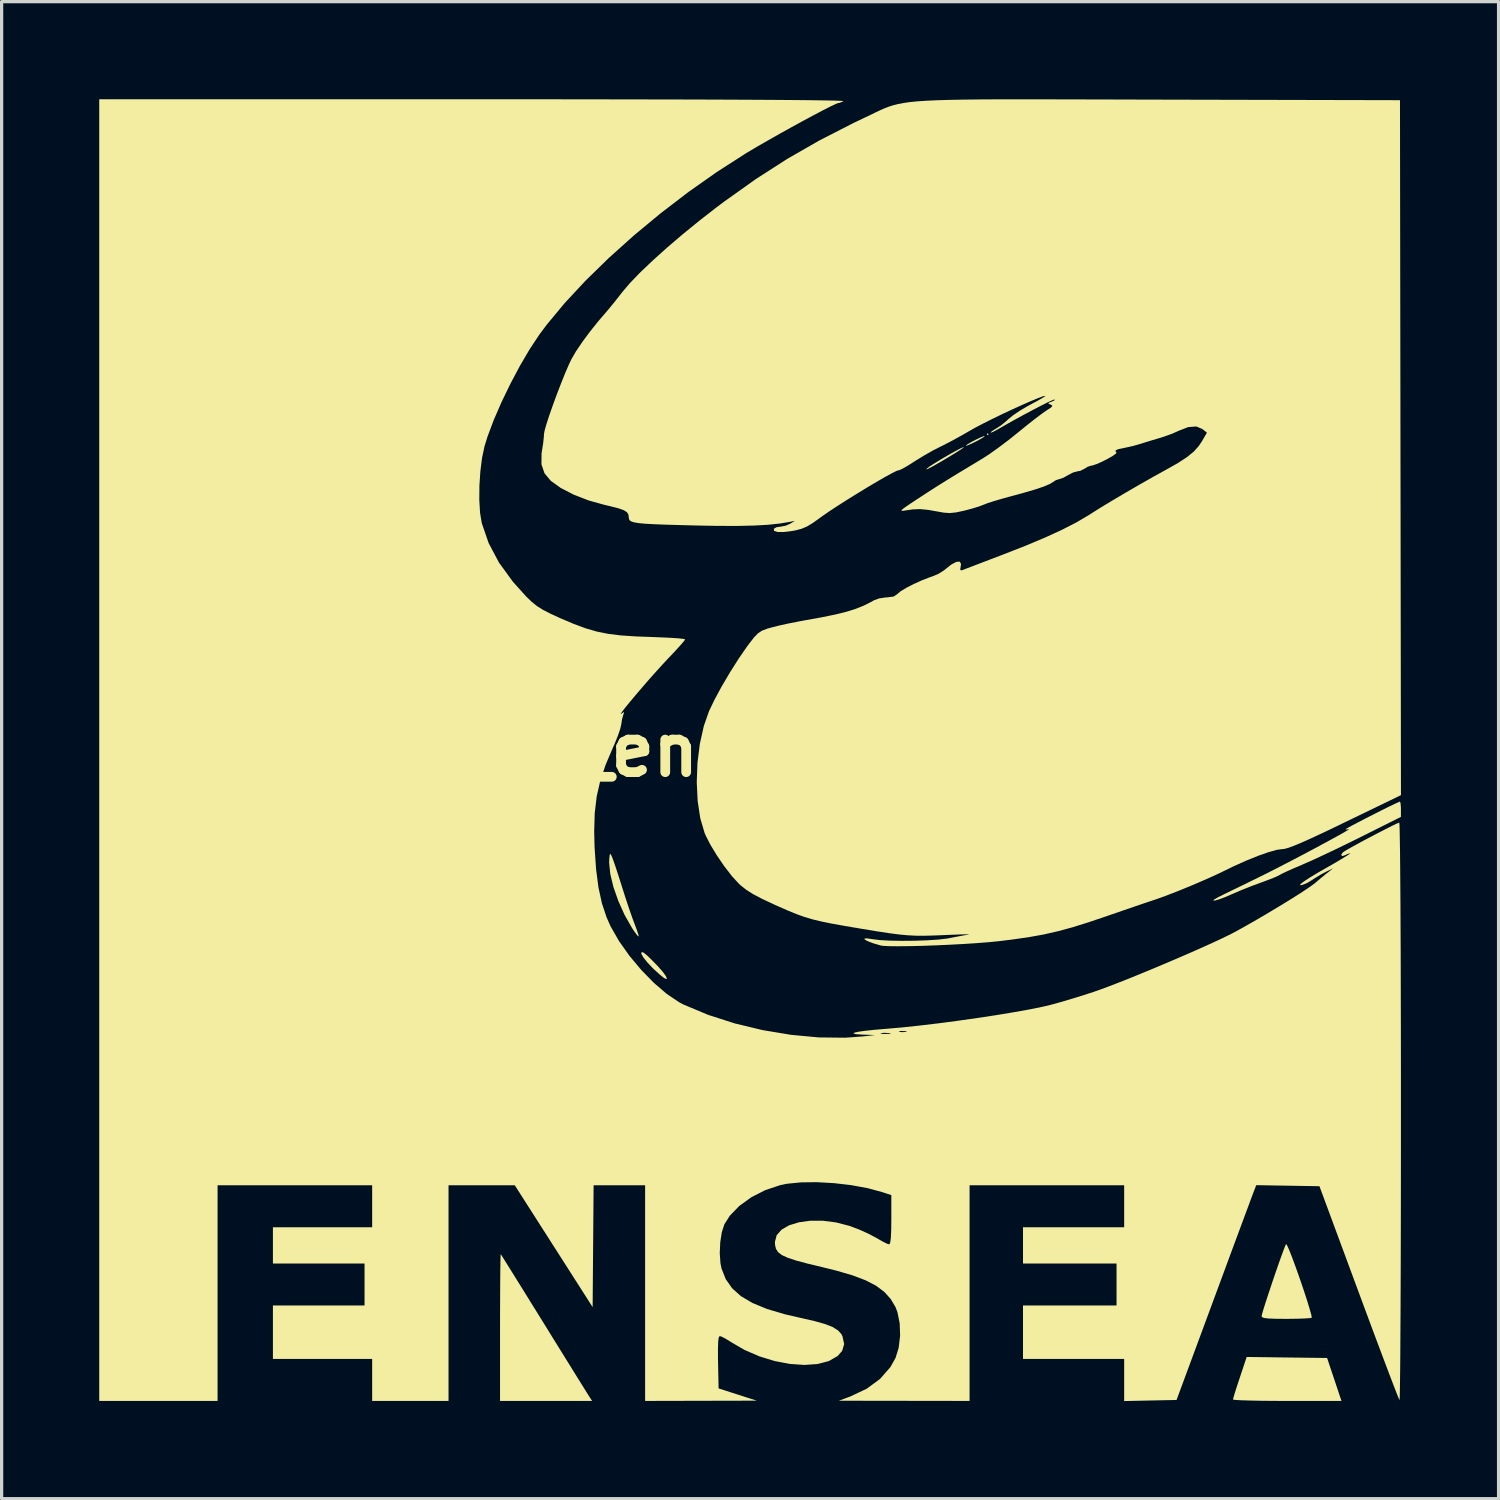
<source format=kicad_pcb>
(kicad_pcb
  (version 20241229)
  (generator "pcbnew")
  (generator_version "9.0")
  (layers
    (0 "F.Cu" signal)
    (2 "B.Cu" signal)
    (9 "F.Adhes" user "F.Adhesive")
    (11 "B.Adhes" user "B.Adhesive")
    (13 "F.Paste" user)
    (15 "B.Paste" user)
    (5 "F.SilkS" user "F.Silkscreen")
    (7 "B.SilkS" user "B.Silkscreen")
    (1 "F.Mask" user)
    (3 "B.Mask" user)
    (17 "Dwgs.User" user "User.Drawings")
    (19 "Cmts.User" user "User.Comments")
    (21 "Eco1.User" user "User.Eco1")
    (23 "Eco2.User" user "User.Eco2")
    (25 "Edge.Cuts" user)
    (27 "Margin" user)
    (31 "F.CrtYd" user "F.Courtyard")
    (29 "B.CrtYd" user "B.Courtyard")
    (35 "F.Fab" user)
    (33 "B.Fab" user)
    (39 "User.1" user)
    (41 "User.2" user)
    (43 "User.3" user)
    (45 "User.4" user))
  (footprint "logo_ensea_40mm"
    (layer "F.Cu")
    (at 20.003 20.003)
    (property "Reference" "logo_ensea_40mm" (at 0 0 0) (layer "F.SilkS") (effects (font (size 1.5 1.5) (thickness 0.3))))
    (attr board_only exclude_from_pos_files exclude_from_bom)
    (fp_poly (pts (xy 7.333 -9.708) (xy 7.303 -9.679) (xy 7.274 -9.708) (xy 7.303 -9.738)) (stroke (width 0) (type solid)) (fill yes) (layer "F.SilkS"))
    (fp_poly (pts (xy 7.167 -9.611) (xy 7.044 -9.538) (xy 6.922 -9.474) (xy 6.763 -9.398) (xy 6.657 -9.356) (xy 6.629 -9.354) (xy 6.676 -9.395) (xy 6.8 -9.468) (xy 6.922 -9.532) (xy 7.081 -9.608) (xy 7.187 -9.65) (xy 7.215 -9.652)) (stroke (width 0) (type solid)) (fill yes) (layer "F.SilkS"))
    (fp_poly (pts (xy -3.263 6.231) (xy -3.143 6.332) (xy -3.046 6.426) (xy -2.835 6.641) (xy -2.678 6.821) (xy -2.583 6.955) (xy -2.559 7.029) (xy -2.579 7.039) (xy -2.649 7.001) (xy -2.777 6.898) (xy -2.939 6.752) (xy -2.994 6.699) (xy -3.156 6.528) (xy -3.278 6.375) (xy -3.34 6.266) (xy -3.344 6.247) (xy -3.326 6.205)) (stroke (width 0) (type solid)) (fill yes) (layer "F.SilkS"))
    (fp_poly (pts (xy 16.498 18.668) (xy 17.734 18.683) (xy 17.955 19.343) (xy 18.176 20.003) (xy 16.509 20.003) (xy 16.08 20.002) (xy 15.692 19.998) (xy 15.36 19.991) (xy 15.098 19.983) (xy 14.921 19.973) (xy 14.843 19.962) (xy 14.841 19.959) (xy 14.859 19.889) (xy 14.906 19.732) (xy 14.976 19.512) (xy 15.052 19.284) (xy 15.262 18.652)) (stroke (width 0) (type solid)) (fill yes) (layer "F.SilkS"))
    (fp_poly (pts (xy 6.523 -9.27) (xy 6.398 -9.187) (xy 6.221 -9.077) (xy 6.016 -8.953) (xy 5.808 -8.831) (xy 5.623 -8.726) (xy 5.483 -8.652) (xy 5.416 -8.624) (xy 5.416 -8.624) (xy 5.433 -8.652) (xy 5.528 -8.724) (xy 5.636 -8.794) (xy 5.863 -8.933) (xy 6.09 -9.066) (xy 6.295 -9.182) (xy 6.457 -9.267) (xy 6.553 -9.31) (xy 6.57 -9.311)) (stroke (width 0) (type solid)) (fill yes) (layer "F.SilkS"))
    (fp_poly (pts (xy -4.257 3.254) (xy -4.243 3.285) (xy -4.202 3.393) (xy -4.134 3.589) (xy -4.05 3.846) (xy -3.956 4.14) (xy -3.93 4.224) (xy -3.827 4.547) (xy -3.722 4.863) (xy -3.626 5.139) (xy -3.551 5.341) (xy -3.543 5.363) (xy -3.474 5.545) (xy -3.431 5.678) (xy -3.424 5.732) (xy -3.464 5.699) (xy -3.546 5.591) (xy -3.626 5.472) (xy -3.855 5.07) (xy -4.048 4.641) (xy -4.199 4.212) (xy -4.296 3.81) (xy -4.332 3.461) (xy -4.328 3.348) (xy -4.313 3.214) (xy -4.294 3.186)) (stroke (width 0) (type solid)) (fill yes) (layer "F.SilkS"))
    (fp_poly (pts (xy -7.629 15.545) (xy -7.539 15.688) (xy -7.401 15.909) (xy -7.22 16.2) (xy -7.003 16.548) (xy -6.758 16.944) (xy -6.489 17.377) (xy -6.334 17.627) (xy -6.053 18.082) (xy -5.788 18.509) (xy -5.547 18.897) (xy -5.337 19.236) (xy -5.164 19.514) (xy -5.035 19.721) (xy -4.958 19.844) (xy -4.941 19.871) (xy -4.855 20.003) (xy -6.27 20.003) (xy -7.685 20.003) (xy -7.685 17.735) (xy -7.684 17.233) (xy -7.682 16.771) (xy -7.68 16.362) (xy -7.677 16.016) (xy -7.673 15.748) (xy -7.669 15.57) (xy -7.664 15.493) (xy -7.663 15.491)) (stroke (width 0) (type solid)) (fill yes) (layer "F.SilkS"))
    (fp_poly (pts (xy 16.504 15.221) (xy 16.565 15.356) (xy 16.651 15.572) (xy 16.755 15.852) (xy 16.872 16.18) (xy 16.905 16.275) (xy 17.022 16.619) (xy 17.121 16.924) (xy 17.197 17.174) (xy 17.247 17.351) (xy 17.263 17.44) (xy 17.262 17.446) (xy 17.193 17.459) (xy 17.03 17.47) (xy 16.797 17.477) (xy 16.516 17.481) (xy 16.474 17.481) (xy 16.155 17.478) (xy 15.936 17.47) (xy 15.802 17.454) (xy 15.736 17.429) (xy 15.721 17.399) (xy 15.739 17.318) (xy 15.789 17.15) (xy 15.864 16.915) (xy 15.956 16.635) (xy 16.058 16.33) (xy 16.163 16.023) (xy 16.263 15.735) (xy 16.352 15.487) (xy 16.422 15.299) (xy 16.466 15.195) (xy 16.474 15.181)) (stroke (width 0) (type solid)) (fill yes) (layer "F.SilkS"))
    (fp_poly (pts (xy 19.992 1.636) (xy 20.002 1.766) (xy 20.003 1.818) (xy 20.003 2.053) (xy 18.776 2.667) (xy 18.386 2.86) (xy 17.992 3.051) (xy 17.619 3.228) (xy 17.292 3.38) (xy 17.036 3.493) (xy 16.972 3.521) (xy 16.721 3.628) (xy 16.5 3.726) (xy 16.34 3.803) (xy 16.278 3.837) (xy 16.169 3.892) (xy 15.983 3.968) (xy 15.758 4.052) (xy 15.705 4.071) (xy 15.411 4.179) (xy 15.083 4.31) (xy 14.803 4.431) (xy 14.584 4.525) (xy 14.408 4.59) (xy 14.288 4.624) (xy 14.236 4.624) (xy 14.266 4.59) (xy 14.388 4.52) (xy 14.46 4.484) (xy 14.614 4.408) (xy 14.848 4.294) (xy 15.136 4.154) (xy 15.451 4) (xy 15.633 3.911) (xy 15.892 3.782) (xy 16.191 3.63) (xy 16.517 3.462) (xy 16.856 3.285) (xy 17.194 3.106) (xy 17.516 2.934) (xy 17.81 2.775) (xy 18.061 2.638) (xy 18.255 2.529) (xy 18.378 2.455) (xy 18.417 2.426) (xy 18.405 2.428) (xy 18.319 2.442) (xy 18.302 2.433) (xy 18.351 2.4) (xy 18.484 2.327) (xy 18.679 2.224) (xy 18.914 2.102) (xy 19.169 1.972) (xy 19.421 1.845) (xy 19.649 1.732) (xy 19.831 1.645) (xy 19.946 1.593) (xy 19.973 1.584)) (stroke (width 0) (type solid)) (fill yes) (layer "F.SilkS"))
    (fp_poly (pts (xy 9.011 -20) (xy 9.844 -19.998) (xy 10.775 -19.996) (xy 11.814 -19.993) (xy 12.583 -19.991) (xy 19.974 -19.974) (xy 19.989 -9.294) (xy 20.004 1.385) (xy 18.282 2.218) (xy 17.762 2.469) (xy 17.336 2.669) (xy 16.998 2.822) (xy 16.738 2.932) (xy 16.548 3.003) (xy 16.419 3.038) (xy 16.361 3.043) (xy 16.191 3.065) (xy 15.937 3.136) (xy 15.618 3.248) (xy 15.255 3.395) (xy 14.866 3.569) (xy 14.575 3.711) (xy 14.288 3.848) (xy 13.933 4.006) (xy 13.545 4.172) (xy 13.154 4.332) (xy 12.793 4.472) (xy 12.494 4.58) (xy 12.407 4.609) (xy 12.281 4.651) (xy 12.065 4.724) (xy 11.78 4.821) (xy 11.445 4.936) (xy 11.081 5.062) (xy 10.986 5.095) (xy 10.412 5.289) (xy 9.914 5.445) (xy 9.46 5.568) (xy 9.019 5.668) (xy 8.559 5.751) (xy 8.048 5.824) (xy 7.656 5.872) (xy 7.349 5.903) (xy 6.98 5.932) (xy 6.57 5.959) (xy 6.136 5.982) (xy 5.697 6.002) (xy 5.271 6.017) (xy 4.877 6.026) (xy 4.535 6.029) (xy 4.261 6.026) (xy 4.076 6.016) (xy 4.018 6.006) (xy 3.785 5.938) (xy 3.618 5.875) (xy 3.524 5.824) (xy 3.515 5.792) (xy 3.598 5.787) (xy 3.769 5.813) (xy 3.993 5.84) (xy 4.302 5.857) (xy 4.666 5.863) (xy 5.054 5.86) (xy 5.434 5.847) (xy 5.774 5.825) (xy 6.045 5.794) (xy 6.118 5.781) (xy 6.355 5.735) (xy 6.57 5.695) (xy 6.716 5.67) (xy 6.717 5.67) (xy 6.726 5.663) (xy 6.633 5.662) (xy 6.454 5.666) (xy 6.204 5.676) (xy 6.071 5.681) (xy 5.695 5.697) (xy 5.381 5.706) (xy 5.106 5.705) (xy 4.844 5.692) (xy 4.569 5.666) (xy 4.257 5.625) (xy 3.881 5.568) (xy 3.418 5.491) (xy 3.378 5.484) (xy 2.894 5.402) (xy 2.504 5.332) (xy 2.185 5.267) (xy 1.915 5.201) (xy 1.671 5.129) (xy 1.432 5.043) (xy 1.174 4.938) (xy 0.876 4.807) (xy 0.737 4.745) (xy 0.371 4.573) (xy 0.092 4.427) (xy -0.122 4.291) (xy -0.296 4.153) (xy -0.346 4.106) (xy -0.558 3.874) (xy -0.791 3.573) (xy -1.02 3.238) (xy -1.222 2.905) (xy -1.371 2.611) (xy -1.398 2.548) (xy -1.531 2.094) (xy -1.611 1.565) (xy -1.639 0.988) (xy -1.617 0.393) (xy -1.544 -0.191) (xy -1.422 -0.738) (xy -1.263 -1.194) (xy -1.093 -1.549) (xy -0.871 -1.96) (xy -0.615 -2.393) (xy -0.348 -2.814) (xy -0.09 -3.188) (xy -0.029 -3.269) (xy 0.123 -3.465) (xy 0.244 -3.59) (xy 0.365 -3.669) (xy 0.524 -3.73) (xy 0.645 -3.765) (xy 0.866 -3.821) (xy 1.158 -3.886) (xy 1.48 -3.95) (xy 1.701 -3.991) (xy 2.211 -4.083) (xy 2.624 -4.168) (xy 2.961 -4.251) (xy 3.241 -4.339) (xy 3.485 -4.436) (xy 3.713 -4.55) (xy 3.813 -4.606) (xy 3.968 -4.662) (xy 4.164 -4.691) (xy 4.206 -4.692) (xy 4.414 -4.719) (xy 4.528 -4.798) (xy 4.625 -4.88) (xy 4.802 -4.987) (xy 5.03 -5.104) (xy 5.28 -5.217) (xy 5.522 -5.311) (xy 5.602 -5.338) (xy 5.794 -5.419) (xy 5.961 -5.525) (xy 5.983 -5.543) (xy 6.18 -5.7) (xy 6.338 -5.784) (xy 6.443 -5.792) (xy 6.483 -5.722) (xy 6.474 -5.651) (xy 6.457 -5.543) (xy 6.494 -5.522) (xy 6.547 -5.539) (xy 6.634 -5.574) (xy 6.813 -5.642) (xy 7.063 -5.738) (xy 7.367 -5.854) (xy 7.705 -5.983) (xy 7.743 -5.997) (xy 8.456 -6.276) (xy 9.066 -6.532) (xy 9.585 -6.77) (xy 10.025 -6.995) (xy 10.395 -7.213) (xy 10.451 -7.248) (xy 10.743 -7.433) (xy 11.112 -7.657) (xy 11.528 -7.903) (xy 11.965 -8.157) (xy 12.395 -8.401) (xy 12.788 -8.618) (xy 13.154 -8.825) (xy 13.429 -9.005) (xy 13.635 -9.173) (xy 13.789 -9.344) (xy 13.887 -9.491) (xy 14.041 -9.755) (xy 13.901 -9.868) (xy 13.712 -9.946) (xy 13.464 -9.926) (xy 13.157 -9.807) (xy 13.14 -9.798) (xy 12.968 -9.722) (xy 12.741 -9.64) (xy 12.583 -9.59) (xy 12.347 -9.52) (xy 12.117 -9.449) (xy 11.996 -9.411) (xy 11.776 -9.348) (xy 11.549 -9.297) (xy 11.527 -9.293) (xy 11.327 -9.252) (xy 11.234 -9.212) (xy 11.237 -9.17) (xy 11.262 -9.152) (xy 11.244 -9.112) (xy 11.146 -9.041) (xy 10.997 -8.955) (xy 10.825 -8.867) (xy 10.658 -8.793) (xy 10.525 -8.748) (xy 10.476 -8.74) (xy 10.377 -8.708) (xy 10.291 -8.654) (xy 10.153 -8.584) (xy 10.06 -8.566) (xy 9.932 -8.533) (xy 9.779 -8.455) (xy 9.767 -8.447) (xy 9.626 -8.368) (xy 9.516 -8.331) (xy 9.508 -8.33) (xy 9.396 -8.294) (xy 9.332 -8.252) (xy 9.214 -8.179) (xy 9.02 -8.097) (xy 8.738 -8.003) (xy 8.358 -7.892) (xy 8.027 -7.803) (xy 7.743 -7.725) (xy 7.486 -7.649) (xy 7.285 -7.584) (xy 7.177 -7.541) (xy 7.037 -7.488) (xy 6.826 -7.423) (xy 6.589 -7.36) (xy 6.577 -7.357) (xy 6.327 -7.304) (xy 6.138 -7.285) (xy 5.956 -7.297) (xy 5.785 -7.327) (xy 5.471 -7.383) (xy 5.223 -7.406) (xy 4.996 -7.397) (xy 4.81 -7.37) (xy 4.705 -7.354) (xy 4.653 -7.355) (xy 4.662 -7.383) (xy 4.743 -7.448) (xy 4.903 -7.558) (xy 5.152 -7.723) (xy 5.162 -7.729) (xy 5.397 -7.883) (xy 5.617 -8.025) (xy 5.841 -8.167) (xy 6.091 -8.322) (xy 6.383 -8.501) (xy 6.739 -8.716) (xy 7.157 -8.968) (xy 7.373 -9.109) (xy 7.644 -9.303) (xy 7.938 -9.524) (xy 8.219 -9.749) (xy 8.242 -9.767) (xy 8.496 -9.974) (xy 8.738 -10.165) (xy 8.946 -10.322) (xy 9.093 -10.426) (xy 9.116 -10.441) (xy 9.25 -10.528) (xy 9.291 -10.579) (xy 9.254 -10.612) (xy 9.234 -10.619) (xy 9.162 -10.652) (xy 9.193 -10.68) (xy 9.258 -10.702) (xy 9.35 -10.745) (xy 9.364 -10.777) (xy 9.305 -10.76) (xy 9.163 -10.695) (xy 8.956 -10.592) (xy 8.703 -10.46) (xy 8.421 -10.31) (xy 8.13 -10.151) (xy 7.848 -9.993) (xy 7.611 -9.856) (xy 7.479 -9.785) (xy 7.401 -9.756) (xy 7.391 -9.76) (xy 7.438 -9.806) (xy 7.551 -9.876) (xy 7.566 -9.884) (xy 7.719 -9.984) (xy 7.888 -10.124) (xy 7.937 -10.17) (xy 8.081 -10.288) (xy 8.292 -10.431) (xy 8.533 -10.573) (xy 8.615 -10.617) (xy 8.822 -10.728) (xy 8.98 -10.818) (xy 9.067 -10.875) (xy 9.077 -10.887) (xy 9.013 -10.877) (xy 8.863 -10.822) (xy 8.644 -10.732) (xy 8.376 -10.614) (xy 8.076 -10.478) (xy 7.762 -10.331) (xy 7.454 -10.182) (xy 7.169 -10.039) (xy 6.926 -9.912) (xy 6.777 -9.828) (xy 6.5 -9.669) (xy 6.218 -9.514) (xy 5.97 -9.384) (xy 5.838 -9.319) (xy 5.616 -9.206) (xy 5.349 -9.054) (xy 5.088 -8.894) (xy 5.045 -8.866) (xy 4.846 -8.74) (xy 4.685 -8.648) (xy 4.585 -8.602) (xy 4.566 -8.6) (xy 4.502 -8.58) (xy 4.356 -8.507) (xy 4.144 -8.391) (xy 3.884 -8.241) (xy 3.591 -8.067) (xy 3.283 -7.879) (xy 2.976 -7.688) (xy 2.686 -7.503) (xy 2.43 -7.335) (xy 2.225 -7.193) (xy 2.181 -7.161) (xy 1.941 -6.989) (xy 1.755 -6.875) (xy 1.588 -6.803) (xy 1.405 -6.755) (xy 1.3 -6.735) (xy 1.032 -6.702) (xy 0.839 -6.703) (xy 0.736 -6.738) (xy 0.733 -6.804) (xy 0.813 -6.849) (xy 0.927 -6.865) (xy 1.099 -6.898) (xy 1.232 -6.957) (xy 1.379 -7.046) (xy 1.23 -7.015) (xy 0.915 -6.963) (xy 0.544 -6.924) (xy 0.105 -6.9) (xy -0.415 -6.889) (xy -1.029 -6.891) (xy -1.584 -6.901) (xy -2.143 -6.915) (xy -2.596 -6.928) (xy -2.953 -6.942) (xy -3.227 -6.957) (xy -3.428 -6.976) (xy -3.567 -7) (xy -3.655 -7.029) (xy -3.704 -7.065) (xy -3.724 -7.109) (xy -3.727 -7.142) (xy -3.739 -7.238) (xy -3.785 -7.312) (xy -3.882 -7.373) (xy -4.05 -7.432) (xy -4.305 -7.497) (xy -4.47 -7.535) (xy -4.961 -7.672) (xy -5.42 -7.85) (xy -5.819 -8.056) (xy -6.126 -8.276) (xy -6.319 -8.508) (xy -6.412 -8.783) (xy -6.409 -9.116) (xy -6.394 -9.209) (xy -6.36 -9.428) (xy -6.338 -9.631) (xy -6.335 -9.708) (xy -6.314 -9.825) (xy -6.256 -10.028) (xy -6.168 -10.296) (xy -6.059 -10.607) (xy -5.937 -10.939) (xy -5.809 -11.271) (xy -5.685 -11.58) (xy -5.571 -11.845) (xy -5.49 -12.015) (xy -5.351 -12.254) (xy -5.152 -12.548) (xy -4.914 -12.869) (xy -4.658 -13.189) (xy -4.493 -13.38) (xy -4.341 -13.558) (xy -4.154 -13.787) (xy -3.969 -14.023) (xy -3.931 -14.072) (xy -3.7 -14.345) (xy -3.386 -14.671) (xy -3.001 -15.038) (xy -2.559 -15.436) (xy -2.074 -15.85) (xy -1.559 -16.27) (xy -1.027 -16.684) (xy -0.799 -16.855) (xy 0.179 -17.551) (xy 1.144 -18.171) (xy 2.133 -18.738) (xy 3.188 -19.278) (xy 3.549 -19.45) (xy 3.716 -19.529) (xy 3.863 -19.601) (xy 3.998 -19.665) (xy 4.128 -19.723) (xy 4.258 -19.773) (xy 4.395 -19.817) (xy 4.546 -19.855) (xy 4.718 -19.888) (xy 4.916 -19.916) (xy 5.149 -19.939) (xy 5.421 -19.957) (xy 5.741 -19.972) (xy 6.114 -19.983) (xy 6.547 -19.991) (xy 7.046 -19.997) (xy 7.619 -20) (xy 8.272 -20.001)) (stroke (width 0) (type solid)) (fill yes) (layer "F.SilkS"))
    (fp_poly (pts (xy -8.52 -20.002) (xy -7.025 -20.002) (xy -5.628 -20.001) (xy -4.333 -19.999) (xy -3.141 -19.997) (xy -2.052 -19.995) (xy -1.068 -19.992) (xy -0.19 -19.988) (xy 0.58 -19.984) (xy 1.242 -19.979) (xy 1.793 -19.974) (xy 2.232 -19.968) (xy 2.559 -19.962) (xy 2.771 -19.955) (xy 2.868 -19.948) (xy 2.874 -19.945) (xy 2.758 -19.894) (xy 2.712 -19.887) (xy 2.634 -19.859) (xy 2.469 -19.78) (xy 2.235 -19.661) (xy 1.945 -19.508) (xy 1.616 -19.331) (xy 1.264 -19.138) (xy 0.904 -18.938) (xy 0.551 -18.738) (xy 0.222 -18.549) (xy -0.068 -18.377) (xy -0.147 -18.329) (xy -1.02 -17.768) (xy -1.891 -17.155) (xy -2.744 -16.502) (xy -3.566 -15.821) (xy -4.341 -15.125) (xy -5.057 -14.427) (xy -5.698 -13.738) (xy -6.25 -13.073) (xy -6.474 -12.773) (xy -6.769 -12.329) (xy -7.07 -11.816) (xy -7.365 -11.262) (xy -7.639 -10.695) (xy -7.878 -10.145) (xy -8.068 -9.639) (xy -8.161 -9.34) (xy -8.237 -8.982) (xy -8.29 -8.564) (xy -8.319 -8.12) (xy -8.322 -7.685) (xy -8.299 -7.293) (xy -8.247 -6.98) (xy -8.247 -6.978) (xy -8.036 -6.364) (xy -7.718 -5.763) (xy -7.288 -5.172) (xy -6.881 -4.72) (xy -6.713 -4.558) (xy -6.551 -4.427) (xy -6.365 -4.31) (xy -6.125 -4.187) (xy -5.844 -4.058) (xy -5.426 -3.88) (xy -5.058 -3.743) (xy -4.71 -3.642) (xy -4.354 -3.571) (xy -3.961 -3.523) (xy -3.502 -3.493) (xy -3.094 -3.478) (xy -2.75 -3.465) (xy -2.449 -3.451) (xy -2.211 -3.435) (xy -2.054 -3.418) (xy -1.995 -3.403) (xy -1.994 -3.403) (xy -2.033 -3.347) (xy -2.138 -3.225) (xy -2.294 -3.053) (xy -2.485 -2.85) (xy -2.508 -2.827) (xy -2.678 -2.645) (xy -2.873 -2.43) (xy -3.082 -2.196) (xy -3.292 -1.954) (xy -3.493 -1.719) (xy -3.673 -1.505) (xy -3.822 -1.323) (xy -3.927 -1.188) (xy -3.978 -1.112) (xy -3.964 -1.11) (xy -3.958 -1.115) (xy -3.882 -1.17) (xy -3.876 -1.14) (xy -3.897 -1.085) (xy -3.936 -0.941) (xy -3.961 -0.779) (xy -3.994 -0.642) (xy -4.065 -0.436) (xy -4.163 -0.194) (xy -4.216 -0.075) (xy -4.441 0.455) (xy -4.605 0.946) (xy -4.715 1.431) (xy -4.775 1.941) (xy -4.791 2.508) (xy -4.779 2.992) (xy -4.734 3.653) (xy -4.661 4.218) (xy -4.554 4.708) (xy -4.41 5.141) (xy -4.286 5.419) (xy -4.029 5.869) (xy -3.708 6.323) (xy -3.344 6.758) (xy -2.956 7.155) (xy -2.563 7.492) (xy -2.184 7.748) (xy -2.041 7.823) (xy -1.291 8.137) (xy -0.474 8.4) (xy 0.383 8.606) (xy 1.254 8.751) (xy 2.11 8.831) (xy 2.925 8.84) (xy 3.461 8.801) (xy 3.842 8.758) (xy 3.461 8.745) (xy 3.264 8.732) (xy 3.185 8.714) (xy 4.005 8.714) (xy 4.079 8.723) (xy 4.165 8.724) (xy 4.292 8.72) (xy 4.327 8.708) (xy 4.297 8.699) (xy 4.126 8.689) (xy 4.033 8.699) (xy 4.005 8.714) (xy 3.185 8.714) (xy 3.179 8.712) (xy 3.199 8.687) (xy 3.318 8.659) (xy 3.321 8.658) (xy 4.572 8.658) (xy 4.653 8.668) (xy 4.693 8.668) (xy 4.8 8.662) (xy 4.812 8.647) (xy 4.795 8.641) (xy 4.647 8.632) (xy 4.59 8.641) (xy 4.572 8.658) (xy 3.321 8.658) (xy 3.532 8.628) (xy 3.833 8.596) (xy 4.165 8.568) (xy 4.645 8.527) (xy 5.188 8.469) (xy 5.773 8.4) (xy 6.379 8.32) (xy 6.986 8.234) (xy 7.573 8.145) (xy 8.12 8.054) (xy 8.606 7.967) (xy 9.01 7.884) (xy 9.239 7.83) (xy 9.533 7.749) (xy 9.891 7.643) (xy 10.266 7.527) (xy 10.588 7.422) (xy 10.894 7.312) (xy 11.278 7.166) (xy 11.721 6.99) (xy 12.202 6.793) (xy 12.702 6.584) (xy 13.201 6.371) (xy 13.679 6.163) (xy 14.116 5.967) (xy 14.493 5.793) (xy 14.789 5.648) (xy 14.896 5.593) (xy 15.211 5.418) (xy 15.56 5.219) (xy 15.924 5.005) (xy 16.284 4.789) (xy 16.623 4.581) (xy 16.922 4.392) (xy 17.162 4.233) (xy 17.326 4.117) (xy 17.367 4.084) (xy 17.539 3.938) (xy 17.708 3.799) (xy 17.749 3.768) (xy 17.921 3.634) (xy 17.715 3.732) (xy 17.539 3.826) (xy 17.336 3.95) (xy 17.259 4.001) (xy 17.097 4.096) (xy 16.959 4.148) (xy 16.907 4.152) (xy 16.918 4.118) (xy 17.023 4.036) (xy 17.211 3.913) (xy 17.474 3.755) (xy 17.657 3.65) (xy 17.934 3.492) (xy 18.166 3.355) (xy 18.338 3.25) (xy 18.435 3.185) (xy 18.449 3.169) (xy 18.351 3.198) (xy 18.305 3.223) (xy 18.2 3.259) (xy 18.166 3.221) (xy 18.222 3.141) (xy 18.241 3.128) (xy 18.344 3.064) (xy 18.52 2.965) (xy 18.746 2.841) (xy 19.002 2.704) (xy 19.264 2.567) (xy 19.512 2.439) (xy 19.723 2.332) (xy 19.876 2.259) (xy 19.95 2.229) (xy 19.951 2.229) (xy 19.958 2.287) (xy 19.964 2.456) (xy 19.969 2.733) (xy 19.975 3.109) (xy 19.98 3.582) (xy 19.984 4.145) (xy 19.989 4.792) (xy 19.992 5.518) (xy 19.996 6.318) (xy 19.998 7.186) (xy 20 8.117) (xy 20.002 9.106) (xy 20.003 10.146) (xy 20.003 11.126) (xy 20.003 12.137) (xy 20.002 13.115) (xy 20.001 14.054) (xy 19.999 14.947) (xy 19.997 15.788) (xy 19.994 16.571) (xy 19.991 17.289) (xy 19.987 17.936) (xy 19.984 18.506) (xy 19.98 18.992) (xy 19.975 19.389) (xy 19.971 19.689) (xy 19.966 19.886) (xy 19.961 19.975) (xy 19.959 19.979) (xy 19.932 19.917) (xy 19.867 19.755) (xy 19.769 19.503) (xy 19.642 19.17) (xy 19.489 18.765) (xy 19.314 18.299) (xy 19.12 17.782) (xy 18.912 17.222) (xy 18.707 16.669) (xy 17.499 13.404) (xy 16.527 13.388) (xy 15.556 13.372) (xy 15.456 13.633) (xy 15.417 13.736) (xy 15.342 13.939) (xy 15.234 14.229) (xy 15.098 14.596) (xy 14.937 15.029) (xy 14.756 15.517) (xy 14.56 16.048) (xy 14.351 16.612) (xy 14.232 16.934) (xy 13.107 19.974) (xy 12.302 19.99) (xy 11.497 20.007) (xy 11.497 19.36) (xy 11.497 18.713) (xy 9.943 18.713) (xy 8.388 18.713) (xy 8.388 17.891) (xy 8.388 17.07) (xy 9.826 17.07) (xy 11.263 17.07) (xy 11.263 16.425) (xy 11.263 15.78) (xy 9.826 15.78) (xy 8.388 15.78) (xy 8.388 15.222) (xy 8.388 14.665) (xy 9.943 14.665) (xy 11.497 14.665) (xy 11.497 14.02) (xy 11.497 13.375) (xy 9.122 13.375) (xy 6.746 13.375) (xy 6.746 16.689) (xy 6.746 20.003) (xy 4.737 20) (xy 2.728 19.997) (xy 3.084 19.865) (xy 3.585 19.628) (xy 3.996 19.325) (xy 4.313 18.962) (xy 4.47 18.683) (xy 4.568 18.367) (xy 4.611 17.997) (xy 4.598 17.618) (xy 4.529 17.274) (xy 4.467 17.114) (xy 4.318 16.865) (xy 4.124 16.651) (xy 3.874 16.464) (xy 3.554 16.297) (xy 3.152 16.145) (xy 2.654 15.999) (xy 2.217 15.891) (xy 1.767 15.783) (xy 1.419 15.69) (xy 1.161 15.605) (xy 0.979 15.521) (xy 0.861 15.431) (xy 0.795 15.329) (xy 0.767 15.207) (xy 0.763 15.117) (xy 0.817 14.911) (xy 0.968 14.739) (xy 1.201 14.605) (xy 1.501 14.513) (xy 1.851 14.465) (xy 2.236 14.465) (xy 2.641 14.517) (xy 3.05 14.622) (xy 3.079 14.632) (xy 3.353 14.736) (xy 3.634 14.862) (xy 3.865 14.984) (xy 3.879 14.992) (xy 4.058 15.095) (xy 4.202 15.168) (xy 4.275 15.193) (xy 4.306 15.143) (xy 4.327 14.989) (xy 4.338 14.727) (xy 4.341 14.435) (xy 4.341 13.677) (xy 4.062 13.586) (xy 3.614 13.464) (xy 3.11 13.372) (xy 2.579 13.31) (xy 2.052 13.28) (xy 1.559 13.286) (xy 1.129 13.329) (xy 0.939 13.367) (xy 0.47 13.523) (xy 0.04 13.742) (xy -0.332 14.011) (xy -0.625 14.313) (xy -0.791 14.577) (xy -0.869 14.818) (xy -0.917 15.127) (xy -0.932 15.459) (xy -0.911 15.769) (xy -0.878 15.933) (xy -0.75 16.257) (xy -0.554 16.538) (xy -0.283 16.782) (xy 0.073 16.993) (xy 0.523 17.178) (xy 1.074 17.341) (xy 1.555 17.452) (xy 1.981 17.549) (xy 2.304 17.64) (xy 2.54 17.733) (xy 2.702 17.835) (xy 2.806 17.95) (xy 2.84 18.017) (xy 2.891 18.255) (xy 2.83 18.465) (xy 2.69 18.623) (xy 2.421 18.778) (xy 2.074 18.869) (xy 1.669 18.897) (xy 1.223 18.866) (xy 0.755 18.777) (xy 0.285 18.633) (xy -0.17 18.436) (xy -0.553 18.214) (xy -0.725 18.107) (xy -0.864 18.032) (xy -0.932 18.009) (xy -0.961 18.045) (xy -0.979 18.162) (xy -0.987 18.37) (xy -0.987 18.681) (xy -0.984 18.814) (xy -0.968 19.618) (xy -0.381 19.807) (xy 0.205 19.995) (xy -1.511 19.999) (xy -3.226 20.003) (xy -3.226 16.689) (xy -3.226 13.375) (xy -4.017 13.375) (xy -4.809 13.375) (xy -4.824 15.247) (xy -4.839 17.12) (xy -6.036 15.247) (xy -7.232 13.375) (xy -8.25 13.375) (xy -9.268 13.375) (xy -9.268 16.689) (xy -9.268 20.003) (xy -10.442 20.003) (xy -11.615 20.003) (xy -11.615 19.358) (xy -11.615 18.713) (xy -13.14 18.713) (xy -14.665 18.713) (xy -14.665 17.891) (xy -14.665 17.07) (xy -13.257 17.07) (xy -11.849 17.07) (xy -11.849 16.425) (xy -11.849 15.78) (xy -13.257 15.78) (xy -14.665 15.78) (xy -14.665 15.222) (xy -14.665 14.665) (xy -13.14 14.665) (xy -11.615 14.665) (xy -11.615 14.02) (xy -11.615 13.375) (xy -13.991 13.375) (xy -16.366 13.375) (xy -16.366 16.689) (xy -16.366 20.003) (xy -18.185 20.003) (xy -20.003 20.003) (xy -20.003 0) (xy -20.003 -20.003)) (stroke (width 0) (type solid)) (fill yes) (layer "F.SilkS")))
  (gr_rect
    (start -3 -3)
    (end 43.007 43.01)
    (stroke (width 0.1) (type default))
    (fill no)
    (layer "Edge.Cuts")))
</source>
